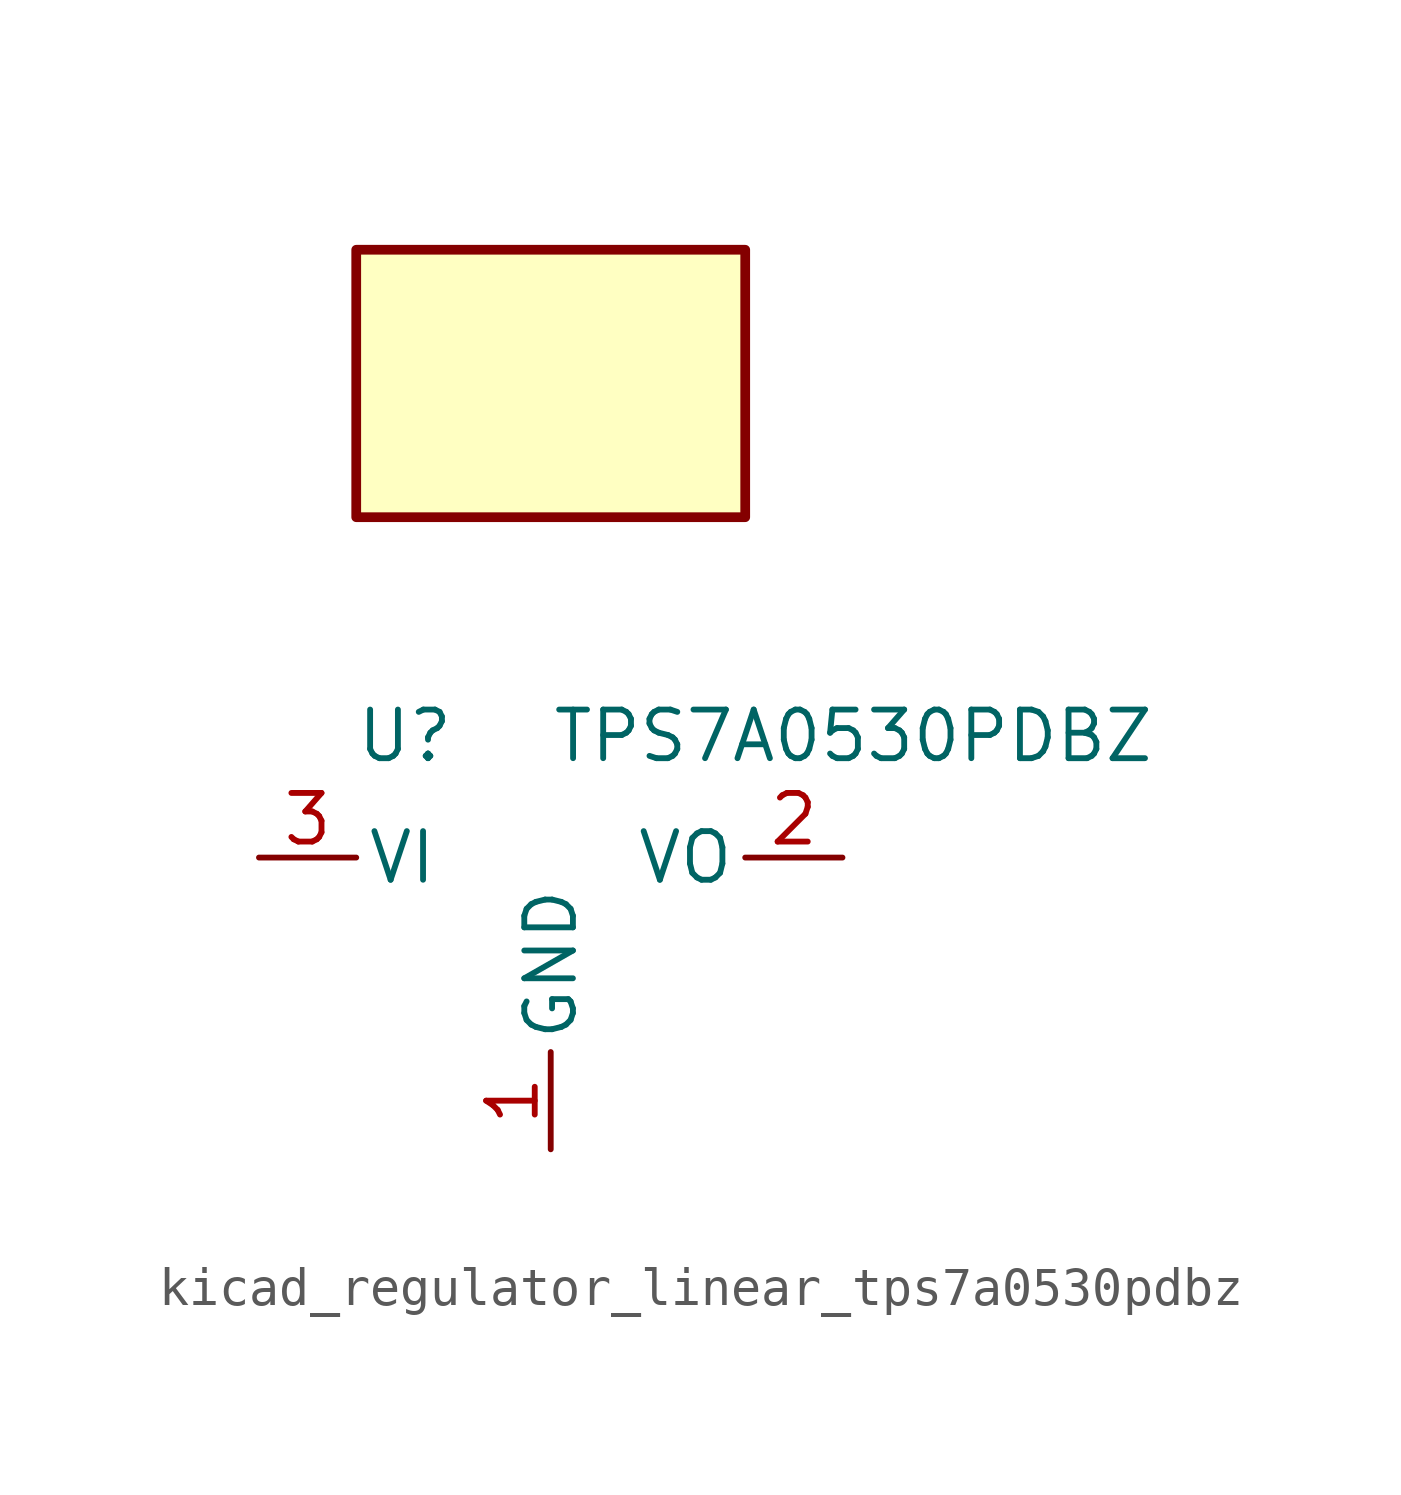
<source format=kicad_sym>
(kicad_symbol_lib
  (version 20220914)
  (generator kicad_symbol_editor)
  (symbol "kicad_regulator_linear_tps7a0530pdbz"
    (pin_names
      (offset 0.254))
    (property "Reference" "U"
      (at -3.81 3.175 0)
      (effects (font (size 1.27 1.27))))
    (property "Value" "TPS7A0530PDBZ"
      (at 0 3.175 0)
      (effects (font (size 1.27 1.27)) (justify left)))
    (symbol "kicad_regulator_linear_tps7a0530pdbz_0_1"
      (rectangle (start 5.08 15.875) (end -5.08 8.89) (stroke (width 0.254) (type default)) (fill (type background))))
    (symbol "kicad_regulator_linear_tps7a0530pdbz_1_1"
      (pin power_in line (at 0 -7.62 90) (length 2.54) (name "GND" (effects (font (size 1.27 1.27)))) (number "1" (effects (font (size 1.27 1.27)))))
      (pin power_out line (at 7.62 0 180) (length 2.54) (name "VO" (effects (font (size 1.27 1.27)))) (number "2" (effects (font (size 1.27 1.27)))))
      (pin power_in line (at -7.62 0 0) (length 2.54) (name "VI" (effects (font (size 1.27 1.27)))) (number "3" (effects (font (size 1.27 1.27))))))))
</source>
